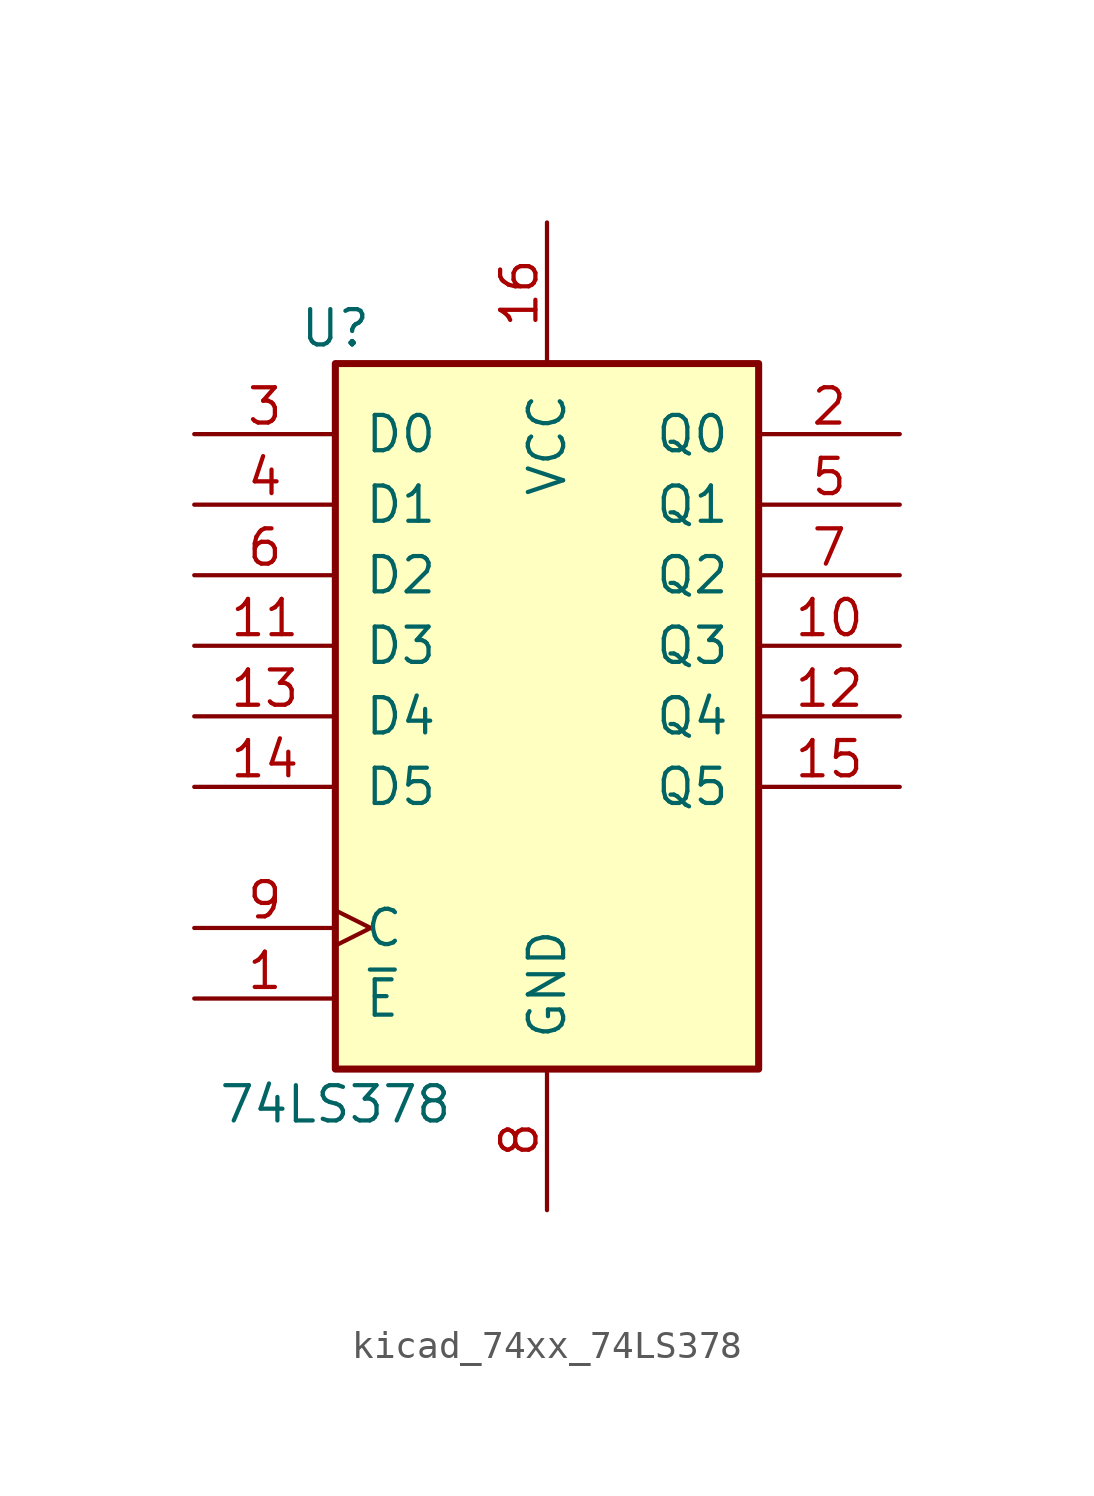
<source format=kicad_sym>
(kicad_symbol_lib
  (version 20220914)
  (generator kicad_symbol_editor)
  (symbol "kicad_74xx_74LS378"
    (pin_names
      (offset 1.016))
    (property "Reference" "U"
      (at -7.62 13.97 0)
      (effects (font (size 1.27 1.27))))
    (property "Value" "74LS378"
      (at -7.62 -13.97 0)
      (effects (font (size 1.27 1.27))))
    (property "ki_locked" ""
      (at 0 0 0)
      (effects (font (size 1.27 1.27))))
    (symbol "kicad_74xx_74LS378_1_0"
      (pin input line (at -12.7 -10.16 0) (length 5.08) (name "~{E}" (effects (font (size 1.27 1.27)))) (number "1" (effects (font (size 1.27 1.27)))))
      (pin output line (at 12.7 2.54 180) (length 5.08) (name "Q3" (effects (font (size 1.27 1.27)))) (number "10" (effects (font (size 1.27 1.27)))))
      (pin input line (at -12.7 2.54 0) (length 5.08) (name "D3" (effects (font (size 1.27 1.27)))) (number "11" (effects (font (size 1.27 1.27)))))
      (pin output line (at 12.7 0 180) (length 5.08) (name "Q4" (effects (font (size 1.27 1.27)))) (number "12" (effects (font (size 1.27 1.27)))))
      (pin input line (at -12.7 0 0) (length 5.08) (name "D4" (effects (font (size 1.27 1.27)))) (number "13" (effects (font (size 1.27 1.27)))))
      (pin input line (at -12.7 -2.54 0) (length 5.08) (name "D5" (effects (font (size 1.27 1.27)))) (number "14" (effects (font (size 1.27 1.27)))))
      (pin output line (at 12.7 -2.54 180) (length 5.08) (name "Q5" (effects (font (size 1.27 1.27)))) (number "15" (effects (font (size 1.27 1.27)))))
      (pin power_in line (at 0 17.78 270) (length 5.08) (name "VCC" (effects (font (size 1.27 1.27)))) (number "16" (effects (font (size 1.27 1.27)))))
      (pin output line (at 12.7 10.16 180) (length 5.08) (name "Q0" (effects (font (size 1.27 1.27)))) (number "2" (effects (font (size 1.27 1.27)))))
      (pin input line (at -12.7 10.16 0) (length 5.08) (name "D0" (effects (font (size 1.27 1.27)))) (number "3" (effects (font (size 1.27 1.27)))))
      (pin input line (at -12.7 7.62 0) (length 5.08) (name "D1" (effects (font (size 1.27 1.27)))) (number "4" (effects (font (size 1.27 1.27)))))
      (pin output line (at 12.7 7.62 180) (length 5.08) (name "Q1" (effects (font (size 1.27 1.27)))) (number "5" (effects (font (size 1.27 1.27)))))
      (pin input line (at -12.7 5.08 0) (length 5.08) (name "D2" (effects (font (size 1.27 1.27)))) (number "6" (effects (font (size 1.27 1.27)))))
      (pin output line (at 12.7 5.08 180) (length 5.08) (name "Q2" (effects (font (size 1.27 1.27)))) (number "7" (effects (font (size 1.27 1.27)))))
      (pin power_in line (at 0 -17.78 90) (length 5.08) (name "GND" (effects (font (size 1.27 1.27)))) (number "8" (effects (font (size 1.27 1.27)))))
      (pin input clock (at -12.7 -7.62 0) (length 5.08) (name "C" (effects (font (size 1.27 1.27)))) (number "9" (effects (font (size 1.27 1.27))))))
    (symbol "kicad_74xx_74LS378_1_1"
      (rectangle (start -7.62 12.7) (end 7.62 -12.7) (stroke (width 0.254) (type default)) (fill (type background))))))
</source>
